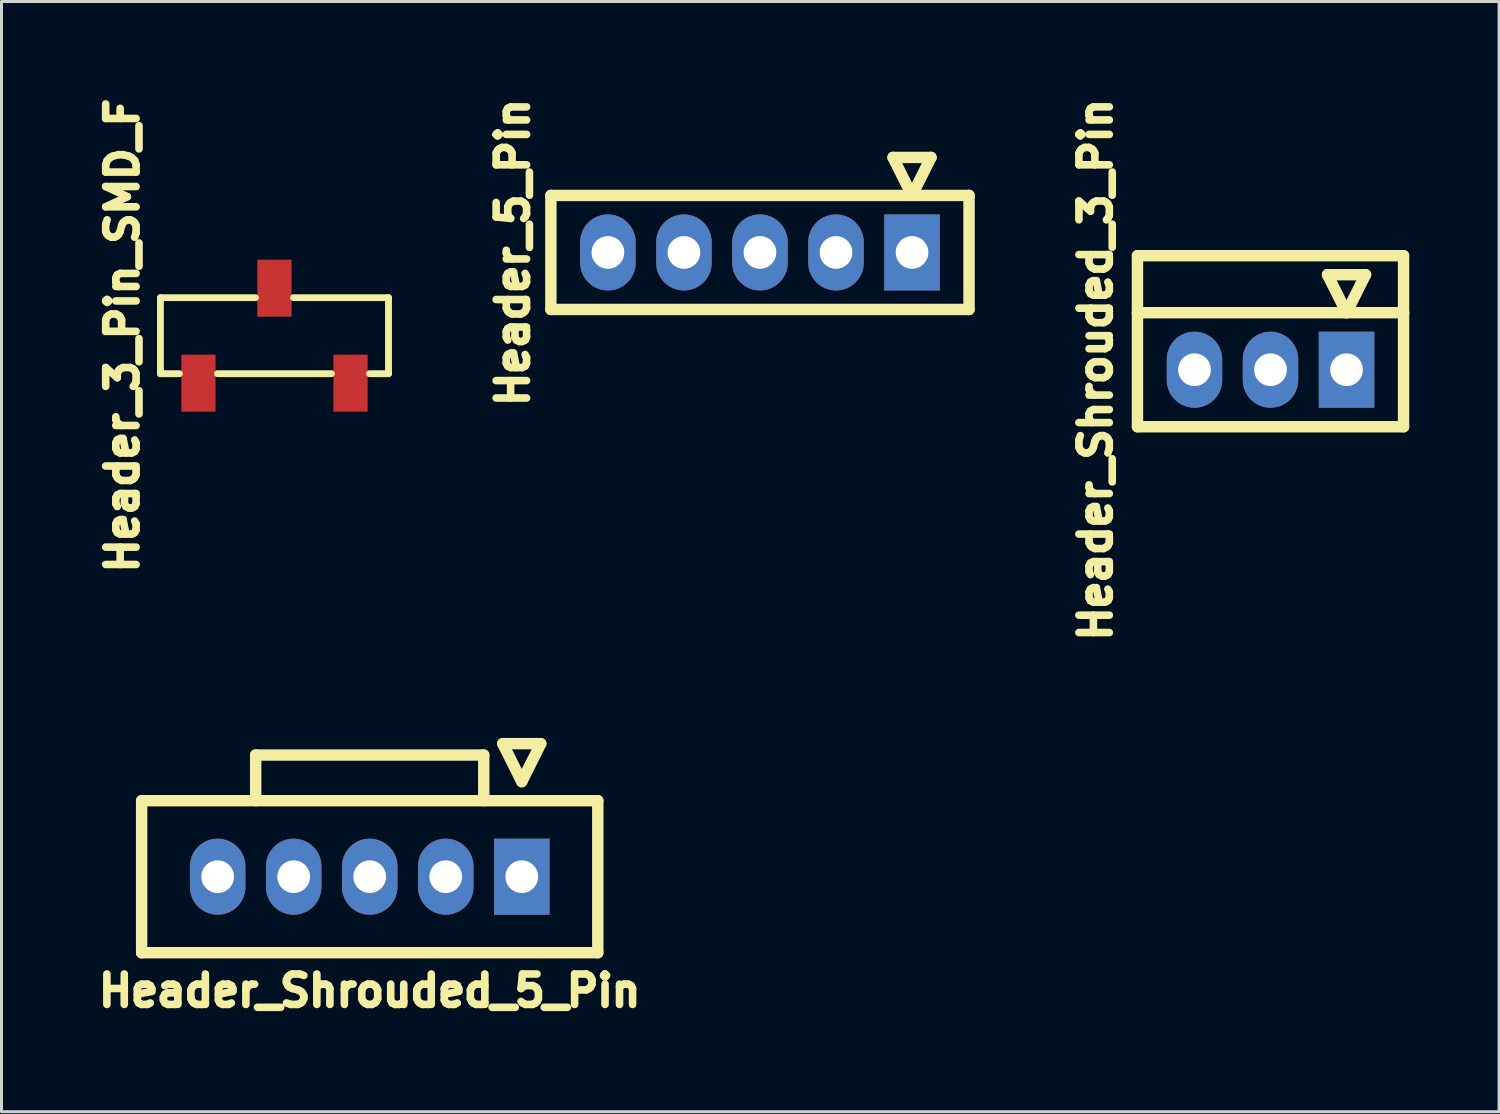
<source format=kicad_pcb>
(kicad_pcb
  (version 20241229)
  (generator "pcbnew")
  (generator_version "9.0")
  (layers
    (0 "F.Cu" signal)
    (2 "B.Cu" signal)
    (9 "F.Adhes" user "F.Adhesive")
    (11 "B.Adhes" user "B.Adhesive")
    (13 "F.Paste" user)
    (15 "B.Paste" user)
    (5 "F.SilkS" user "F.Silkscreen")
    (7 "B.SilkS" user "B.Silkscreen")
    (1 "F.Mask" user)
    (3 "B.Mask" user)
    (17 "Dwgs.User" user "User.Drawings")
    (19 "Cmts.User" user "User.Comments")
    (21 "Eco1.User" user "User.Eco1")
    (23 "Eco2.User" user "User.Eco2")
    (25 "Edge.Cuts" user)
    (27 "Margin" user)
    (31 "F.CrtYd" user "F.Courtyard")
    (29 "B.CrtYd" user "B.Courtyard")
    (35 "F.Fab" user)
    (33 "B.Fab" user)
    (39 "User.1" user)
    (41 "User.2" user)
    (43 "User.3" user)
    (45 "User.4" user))
  (footprint "Header_3_Pin_SMD_F"
    (layer "F.Cu")
    (at 6.12 8.165)
    (property "Reference" "Header_3_Pin_SMD_F" (at -5.08 0 90) (layer "F.SilkS") (effects (font (size 1.016 1.016) (thickness 0.254))))
    (attr through_hole)
    (fp_line (start -3.81 -1.27) (end -3.81 1.27) (stroke (width 0.229) (type solid)) (layer "F.SilkS"))
    (fp_line (start -3.81 1.27) (end -3.175 1.27) (stroke (width 0.229) (type solid)) (layer "F.SilkS"))
    (fp_line (start -1.905 1.27) (end 1.905 1.27) (stroke (width 0.229) (type solid)) (layer "F.SilkS"))
    (fp_line (start -0.635 -1.27) (end -3.81 -1.27) (stroke (width 0.229) (type solid)) (layer "F.SilkS"))
    (fp_line (start 0.635 -1.27) (end 3.81 -1.27) (stroke (width 0.229) (type solid)) (layer "F.SilkS"))
    (fp_line (start 3.81 -1.27) (end 3.81 1.27) (stroke (width 0.229) (type solid)) (layer "F.SilkS"))
    (fp_line (start 3.81 1.27) (end 3.175 1.27) (stroke (width 0.229) (type solid)) (layer "F.SilkS"))
    (pad "1" smd rect (at 2.54 1.587) (size 1.143 1.905) (layers "F.Cu" "F.Mask" "F.Paste"))
    (pad "2" smd rect (at -2.54 1.587) (size 1.143 1.905) (layers "F.Cu" "F.Mask" "F.Paste"))
    (pad "2" smd rect (at 0 -1.587) (size 1.143 1.905) (layers "F.Cu" "F.Mask" "F.Paste")))
  (footprint "Header_Shrouded_5_Pin"
    (layer "F.Cu")
    (at 9.302 26.24)
    (property "Reference" "Header_Shrouded_5_Pin" (at 0 3.81 180) (layer "F.SilkS") (effects (font (size 1.016 1.016) (thickness 0.254))))
    (attr through_hole)
    (fp_line (start -7.62 -2.54) (end -7.62 2.54) (stroke (width 0.381) (type solid)) (layer "F.SilkS"))
    (fp_line (start -7.62 2.54) (end 7.62 2.54) (stroke (width 0.381) (type solid)) (layer "F.SilkS"))
    (fp_line (start -3.81 -4.064) (end 3.81 -4.064) (stroke (width 0.381) (type solid)) (layer "F.SilkS"))
    (fp_line (start -3.81 -2.54) (end -3.81 -4.064) (stroke (width 0.381) (type solid)) (layer "F.SilkS"))
    (fp_line (start 3.81 -2.54) (end 3.81 -4.064) (stroke (width 0.381) (type solid)) (layer "F.SilkS"))
    (fp_line (start 4.445 -4.445) (end 5.08 -3.175) (stroke (width 0.381) (type solid)) (layer "F.SilkS"))
    (fp_line (start 5.08 -3.175) (end 5.715 -4.445) (stroke (width 0.381) (type solid)) (layer "F.SilkS"))
    (fp_line (start 5.715 -4.445) (end 4.445 -4.445) (stroke (width 0.381) (type solid)) (layer "F.SilkS"))
    (fp_line (start 7.62 -2.54) (end -7.62 -2.54) (stroke (width 0.381) (type solid)) (layer "F.SilkS"))
    (fp_line (start 7.62 2.54) (end 7.62 -2.54) (stroke (width 0.381) (type solid)) (layer "F.SilkS"))
    (pad "1" thru_hole rect (at 5.08 0) (size 1.854 2.54) (drill 1.092) (layers "*.Cu" "*.Mask"))
    (pad "2" thru_hole oval (at 2.54 0) (size 1.854 2.54) (drill 1.092) (layers "*.Cu" "*.Mask"))
    (pad "3" thru_hole oval (at 0 0) (size 1.854 2.54) (drill 1.092) (layers "*.Cu" "*.Mask"))
    (pad "4" thru_hole oval (at -2.54 0) (size 1.854 2.54) (drill 1.092) (layers "*.Cu" "*.Mask"))
    (pad "5" thru_hole oval (at -5.08 0) (size 1.854 2.54) (drill 1.092) (layers "*.Cu" "*.Mask")))
  (footprint "Header_Shrouded_3_Pin"
    (layer "F.Cu")
    (at 39.397 9.302)
    (property "Reference" "Header_Shrouded_3_Pin" (at -5.842 0 90) (layer "F.SilkS") (effects (font (size 1.016 1.016) (thickness 0.254))))
    (attr through_hole)
    (fp_line (start -4.445 -3.81) (end -4.445 -1.905) (stroke (width 0.381) (type solid)) (layer "F.SilkS"))
    (fp_line (start -4.445 -3.81) (end 4.445 -3.81) (stroke (width 0.381) (type solid)) (layer "F.SilkS"))
    (fp_line (start -4.445 -1.905) (end -4.445 1.905) (stroke (width 0.381) (type solid)) (layer "F.SilkS"))
    (fp_line (start -4.445 1.905) (end 4.445 1.905) (stroke (width 0.381) (type solid)) (layer "F.SilkS"))
    (fp_line (start 1.905 -3.175) (end 2.54 -1.905) (stroke (width 0.381) (type solid)) (layer "F.SilkS"))
    (fp_line (start 2.54 -1.905) (end 3.175 -3.175) (stroke (width 0.381) (type solid)) (layer "F.SilkS"))
    (fp_line (start 3.175 -3.175) (end 1.905 -3.175) (stroke (width 0.381) (type solid)) (layer "F.SilkS"))
    (fp_line (start 4.445 -3.81) (end 4.445 -1.905) (stroke (width 0.381) (type solid)) (layer "F.SilkS"))
    (fp_line (start 4.445 -1.905) (end -4.445 -1.905) (stroke (width 0.381) (type solid)) (layer "F.SilkS"))
    (fp_line (start 4.445 1.905) (end 4.445 -1.905) (stroke (width 0.381) (type solid)) (layer "F.SilkS"))
    (pad "1" thru_hole rect (at 2.54 0) (size 1.854 2.54) (drill 1.092) (layers "*.Cu" "*.Mask"))
    (pad "2" thru_hole oval (at 0 0) (size 1.854 2.54) (drill 1.092) (layers "*.Cu" "*.Mask"))
    (pad "3" thru_hole oval (at -2.54 0) (size 1.854 2.54) (drill 1.092) (layers "*.Cu" "*.Mask")))
  (footprint "Header_5_Pin"
    (layer "F.Cu")
    (at 22.34 5.384)
    (property "Reference" "Header_5_Pin" (at -8.255 0 90) (layer "F.SilkS") (effects (font (size 1.016 1.016) (thickness 0.254))))
    (attr through_hole)
    (fp_line (start -6.985 -1.905) (end -6.985 1.905) (stroke (width 0.381) (type solid)) (layer "F.SilkS"))
    (fp_line (start -6.985 -1.905) (end 6.985 -1.905) (stroke (width 0.381) (type solid)) (layer "F.SilkS"))
    (fp_line (start -6.985 1.905) (end 6.985 1.905) (stroke (width 0.381) (type solid)) (layer "F.SilkS"))
    (fp_line (start 4.445 -3.175) (end 5.08 -1.905) (stroke (width 0.381) (type solid)) (layer "F.SilkS"))
    (fp_line (start 5.08 -1.905) (end 5.715 -3.175) (stroke (width 0.381) (type solid)) (layer "F.SilkS"))
    (fp_line (start 5.715 -3.175) (end 4.445 -3.175) (stroke (width 0.381) (type solid)) (layer "F.SilkS"))
    (fp_line (start 6.985 1.905) (end 6.985 -1.905) (stroke (width 0.381) (type solid)) (layer "F.SilkS"))
    (pad "1" thru_hole rect (at 5.08 0) (size 1.854 2.54) (drill 1.092) (layers "*.Cu" "*.Mask"))
    (pad "2" thru_hole oval (at 2.54 0) (size 1.854 2.54) (drill 1.092) (layers "*.Cu" "*.Mask"))
    (pad "3" thru_hole oval (at 0 0) (size 1.854 2.54) (drill 1.092) (layers "*.Cu" "*.Mask"))
    (pad "4" thru_hole oval (at -2.54 0) (size 1.854 2.54) (drill 1.092) (layers "*.Cu" "*.Mask"))
    (pad "5" thru_hole oval (at -5.08 0) (size 1.854 2.54) (drill 1.092) (layers "*.Cu" "*.Mask")))
  (gr_rect
    (start -3 -3)
    (end 47.033 34.091)
    (stroke (width 0.1) (type default))
    (fill no)
    (layer "Edge.Cuts")))
</source>
